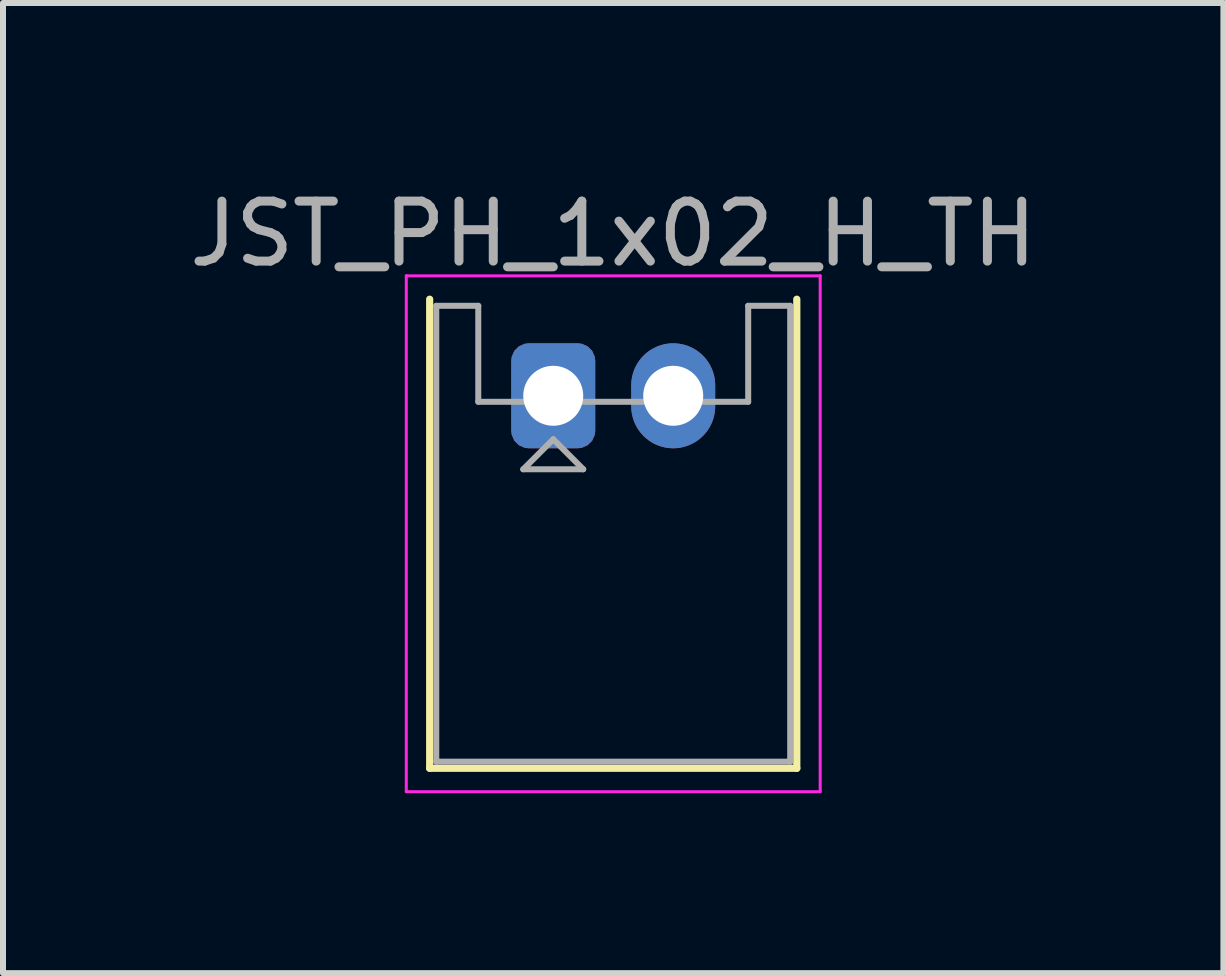
<source format=kicad_pcb>
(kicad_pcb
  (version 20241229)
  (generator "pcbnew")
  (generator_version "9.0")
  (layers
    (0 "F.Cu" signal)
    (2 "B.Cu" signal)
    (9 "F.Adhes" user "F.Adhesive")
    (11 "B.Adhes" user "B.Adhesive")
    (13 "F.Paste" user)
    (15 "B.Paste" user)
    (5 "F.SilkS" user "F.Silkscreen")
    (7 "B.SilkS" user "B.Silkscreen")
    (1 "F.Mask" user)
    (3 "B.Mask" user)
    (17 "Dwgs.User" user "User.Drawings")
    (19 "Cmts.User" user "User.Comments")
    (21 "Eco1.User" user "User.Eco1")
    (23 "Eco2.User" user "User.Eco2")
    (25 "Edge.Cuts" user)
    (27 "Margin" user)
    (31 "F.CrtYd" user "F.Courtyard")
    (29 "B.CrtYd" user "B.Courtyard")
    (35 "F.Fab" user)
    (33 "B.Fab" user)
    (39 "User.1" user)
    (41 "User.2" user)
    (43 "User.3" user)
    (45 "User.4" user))
  (footprint "JST_PH_1x02_H_TH"
    (layer "F.Cu")
    (at 6.173 3.398)
    (property "Reference" "JST_PH_1x02_H_TH" (at 1 -2.55 0) (layer "F.Fab") (effects (font (size 1 1) (thickness 0.15))))
    (attr through_hole)
    (fp_line (start -2.06 -1.46) (end -2.06 6.36) (stroke (width 0.12) (type solid)) (layer "F.SilkS"))
    (fp_line (start -2.06 6.36) (end 4.06 6.36) (stroke (width 0.12) (type solid)) (layer "F.SilkS"))
    (fp_line (start 4.06 6.36) (end 4.06 -1.46) (stroke (width 0.12) (type solid)) (layer "F.SilkS"))
    (fp_line (start -2.45 -1.85) (end -2.45 6.75) (stroke (width 0.05) (type solid)) (layer "F.CrtYd"))
    (fp_line (start -2.45 6.75) (end 4.45 6.75) (stroke (width 0.05) (type solid)) (layer "F.CrtYd"))
    (fp_line (start 4.45 -1.85) (end -2.45 -1.85) (stroke (width 0.05) (type solid)) (layer "F.CrtYd"))
    (fp_line (start 4.45 6.75) (end 4.45 -1.85) (stroke (width 0.05) (type solid)) (layer "F.CrtYd"))
    (fp_line (start -1.95 -1.35) (end -1.95 6.25) (stroke (width 0.1) (type solid)) (layer "F.Fab"))
    (fp_line (start -1.95 6.25) (end 3.95 6.25) (stroke (width 0.1) (type solid)) (layer "F.Fab"))
    (fp_line (start -1.25 -1.35) (end -1.95 -1.35) (stroke (width 0.1) (type solid)) (layer "F.Fab"))
    (fp_line (start -1.25 0.25) (end -1.25 -1.35) (stroke (width 0.1) (type solid)) (layer "F.Fab"))
    (fp_line (start -0.5 1.375) (end 0.5 1.375) (stroke (width 0.1) (type solid)) (layer "F.Fab"))
    (fp_line (start 0 0.875) (end -0.5 1.375) (stroke (width 0.1) (type solid)) (layer "F.Fab"))
    (fp_line (start 0.5 1.375) (end 0 0.875) (stroke (width 0.1) (type solid)) (layer "F.Fab"))
    (fp_line (start 3.25 -1.35) (end 3.25 0.25) (stroke (width 0.1) (type solid)) (layer "F.Fab"))
    (fp_line (start 3.25 0.25) (end -1.25 0.25) (stroke (width 0.1) (type solid)) (layer "F.Fab"))
    (fp_line (start 3.95 -1.35) (end 3.25 -1.35) (stroke (width 0.1) (type solid)) (layer "F.Fab"))
    (fp_line (start 3.95 6.25) (end 3.95 -1.35) (stroke (width 0.1) (type solid)) (layer "F.Fab"))
    (pad "1" thru_hole roundrect (at 0 0.15) (size 1.4 1.75) (drill 1) (layers "*.Cu" "*.Mask") (roundrect_rratio 0.208))
    (pad "2" thru_hole oval (at 2 0.15) (size 1.4 1.75) (drill 1) (layers "*.Cu" "*.Mask")))
  (gr_rect
    (start -3 -3)
    (end 17.345 13.173)
    (stroke (width 0.1) (type default))
    (fill no)
    (layer "Edge.Cuts")))
</source>
